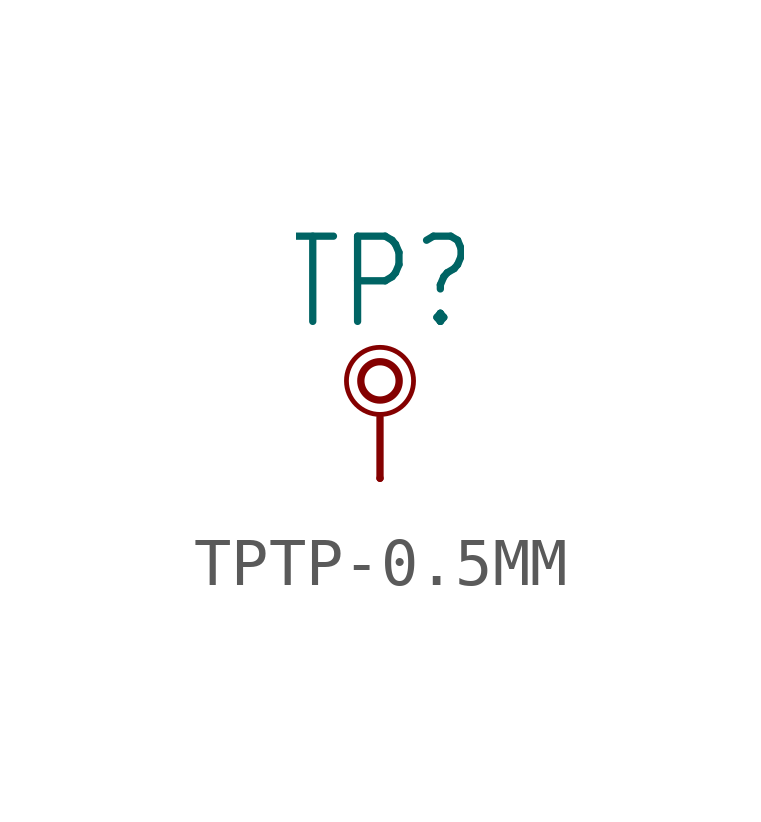
<source format=kicad_sym>
(kicad_symbol_lib
  (version 20211014)
  (generator kicad_symbol_editor)
  (symbol "TPTP-0.5MM"
    (property "Reference" "TP"
      (at 0 0.508 0)
      (effects (font (size 1.778 1.511)) (justify bottom)))
    (property "ki_locked" ""
      (at 0 0 0)
      (effects (font (size 1.27 1.27))))
    (symbol "TPTP-0.5MM_1_0"
      (circle (center 0 -0.508) (radius 0.4) (stroke (width 0) (type default) (color 0 0 0 0)) (fill (type none)))
      (circle (center 0 -0.508) (radius 0.7) (stroke (width 0.1) (type default) (color 0 0 0 0)) (fill (type none)))
      (polyline (pts (xy 0 -2.54) (xy 0 -1.27)) (stroke (width 0.152) (type default) (color 0 0 0 0)) (fill (type none)))
      (pin passive line (at 0 -2.54 90) (length 0) (name "P$1" (effects (font (size 0 0)))) (number "X" (effects (font (size 0 0))))))))
</source>
